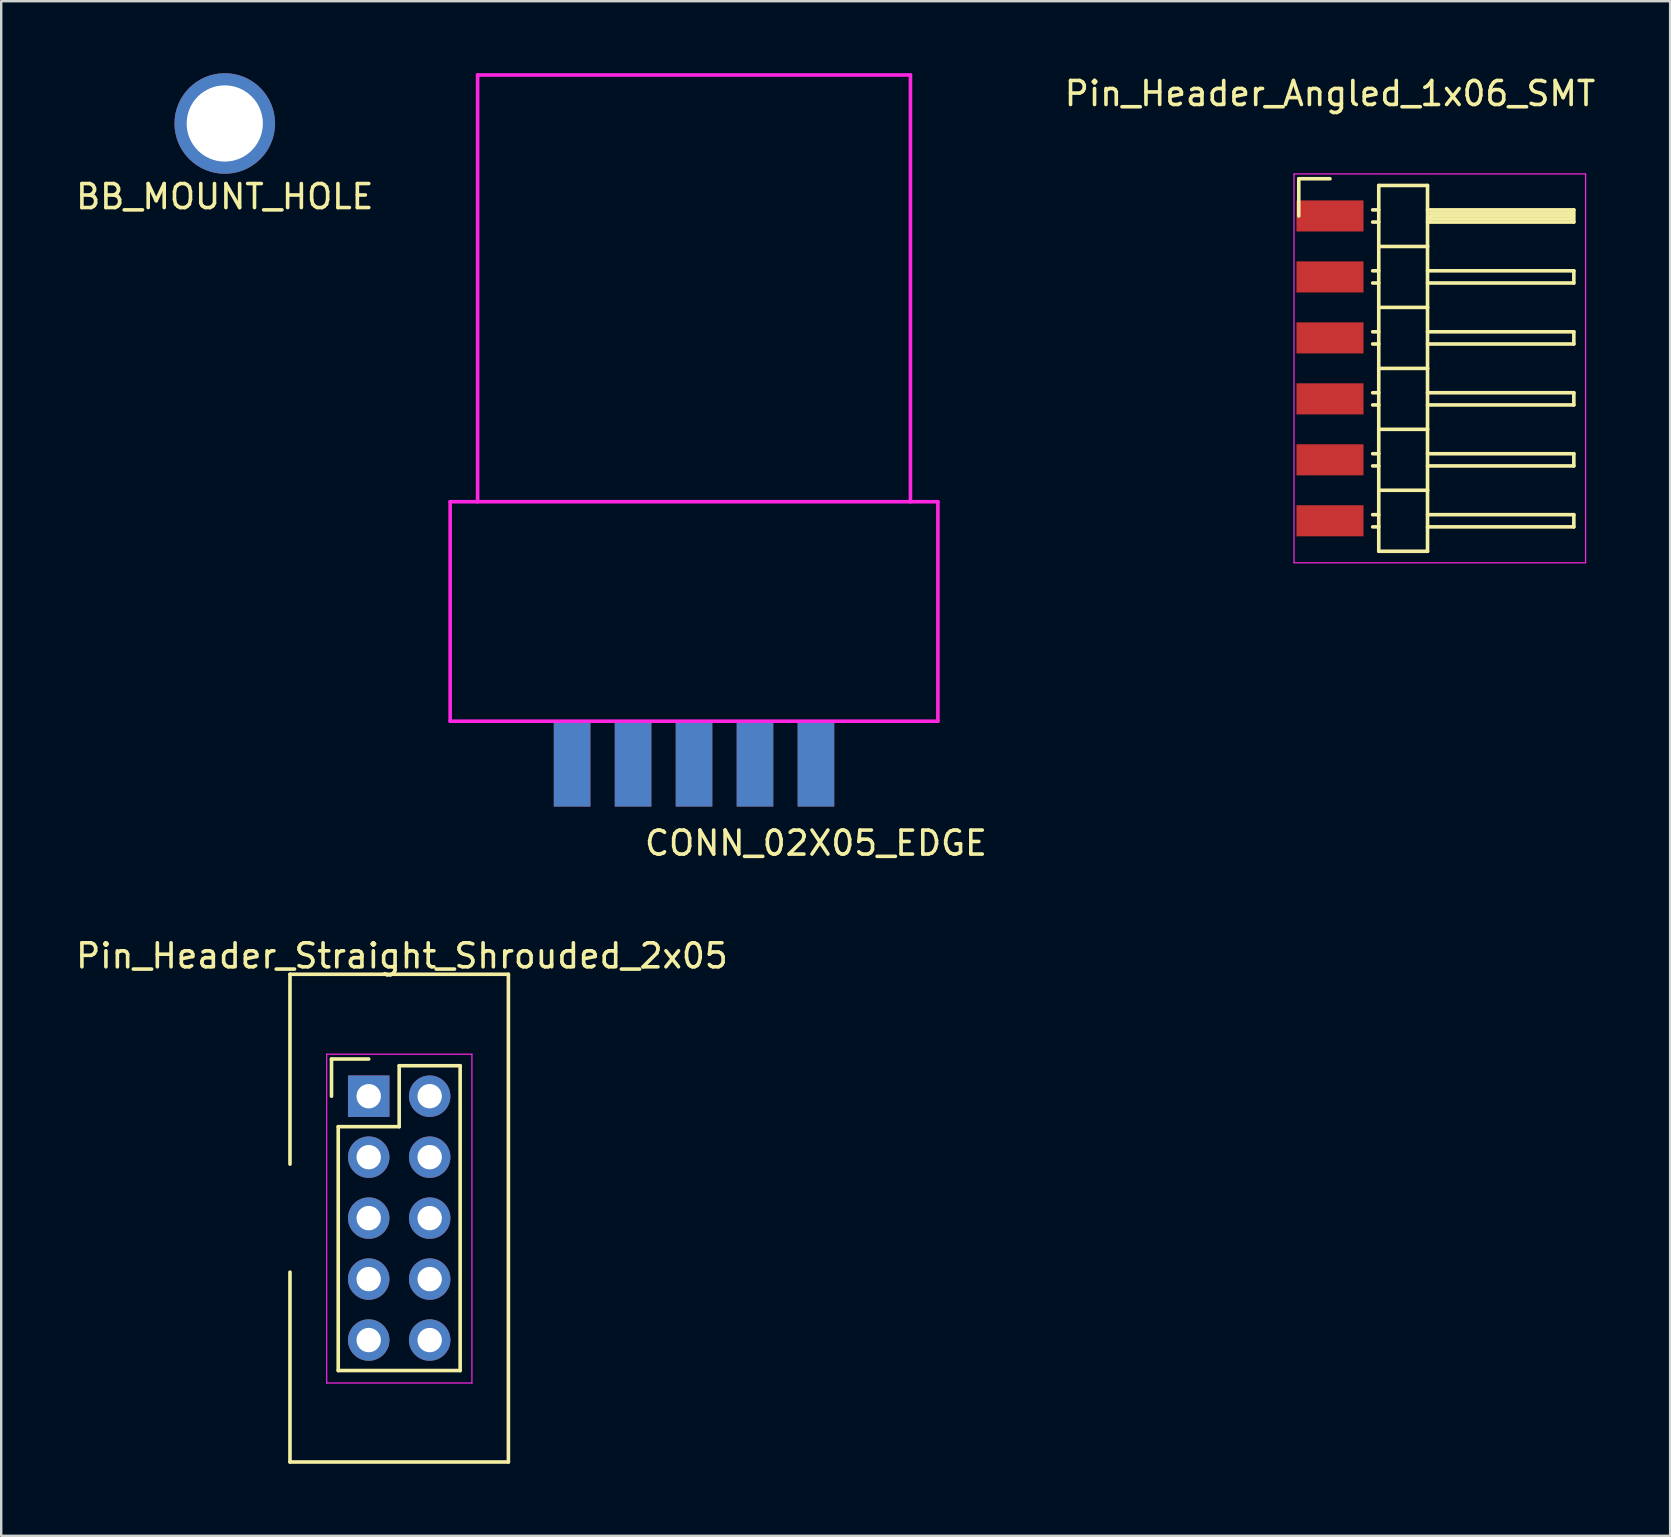
<source format=kicad_pcb>
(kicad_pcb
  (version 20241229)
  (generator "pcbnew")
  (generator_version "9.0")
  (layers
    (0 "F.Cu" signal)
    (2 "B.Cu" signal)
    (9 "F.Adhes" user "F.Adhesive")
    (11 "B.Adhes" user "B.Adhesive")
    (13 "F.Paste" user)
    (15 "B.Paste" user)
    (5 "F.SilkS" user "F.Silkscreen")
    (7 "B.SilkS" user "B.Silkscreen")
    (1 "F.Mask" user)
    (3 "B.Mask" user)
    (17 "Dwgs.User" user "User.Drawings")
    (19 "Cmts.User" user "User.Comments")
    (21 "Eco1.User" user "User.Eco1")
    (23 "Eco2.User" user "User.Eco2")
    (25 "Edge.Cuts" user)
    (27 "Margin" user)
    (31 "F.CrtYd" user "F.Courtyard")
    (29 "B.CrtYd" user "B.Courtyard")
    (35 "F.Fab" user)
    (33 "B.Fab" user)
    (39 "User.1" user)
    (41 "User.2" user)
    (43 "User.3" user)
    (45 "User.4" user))
  (footprint "Pin_Header_Straight_Shrouded_2x05"
    (layer "F.Cu")
    (at 12.312 42.623)
    (property "Reference" "Pin_Header_Straight_Shrouded_2x05" (at 1.384 -5.847 0) (layer "F.SilkS") (effects (font (size 1 1) (thickness 0.15))))
    (attr through_hole)
    (fp_line (start -3.28 -5.08) (end -3.28 2.83) (stroke (width 0.15) (type solid)) (layer "F.SilkS"))
    (fp_line (start -3.28 -5.08) (end 5.82 -5.08) (stroke (width 0.15) (type solid)) (layer "F.SilkS"))
    (fp_line (start -3.28 15.24) (end -3.28 7.33) (stroke (width 0.15) (type solid)) (layer "F.SilkS"))
    (fp_line (start -1.55 -1.55) (end -1.55 0) (stroke (width 0.15) (type solid)) (layer "F.SilkS"))
    (fp_line (start -1.27 11.43) (end -1.27 1.27) (stroke (width 0.15) (type solid)) (layer "F.SilkS"))
    (fp_line (start 0 -1.55) (end -1.55 -1.55) (stroke (width 0.15) (type solid)) (layer "F.SilkS"))
    (fp_line (start 1.27 -1.27) (end 1.27 1.27) (stroke (width 0.15) (type solid)) (layer "F.SilkS"))
    (fp_line (start 1.27 1.27) (end -1.27 1.27) (stroke (width 0.15) (type solid)) (layer "F.SilkS"))
    (fp_line (start 3.81 -1.27) (end 1.27 -1.27) (stroke (width 0.15) (type solid)) (layer "F.SilkS"))
    (fp_line (start 3.81 -1.27) (end 3.81 11.43) (stroke (width 0.15) (type solid)) (layer "F.SilkS"))
    (fp_line (start 3.81 11.43) (end -1.27 11.43) (stroke (width 0.15) (type solid)) (layer "F.SilkS"))
    (fp_line (start 5.82 -5.08) (end 5.82 15.24) (stroke (width 0.15) (type solid)) (layer "F.SilkS"))
    (fp_line (start 5.82 15.24) (end -3.28 15.24) (stroke (width 0.15) (type solid)) (layer "F.SilkS"))
    (fp_line (start -1.75 -1.75) (end -1.75 11.95) (stroke (width 0.05) (type solid)) (layer "F.CrtYd"))
    (fp_line (start -1.75 -1.75) (end 4.3 -1.75) (stroke (width 0.05) (type solid)) (layer "F.CrtYd"))
    (fp_line (start -1.75 11.95) (end 4.3 11.95) (stroke (width 0.05) (type solid)) (layer "F.CrtYd"))
    (fp_line (start 4.3 -1.75) (end 4.3 11.95) (stroke (width 0.05) (type solid)) (layer "F.CrtYd"))
    (pad "1" thru_hole rect (at 0 0) (size 1.727 1.727) (drill 1.016) (layers "*.Cu" "*.Mask"))
    (pad "2" thru_hole oval (at 2.54 0) (size 1.727 1.727) (drill 1.016) (layers "*.Cu" "*.Mask"))
    (pad "3" thru_hole oval (at 0 2.54) (size 1.727 1.727) (drill 1.016) (layers "*.Cu" "*.Mask"))
    (pad "4" thru_hole oval (at 2.54 2.54) (size 1.727 1.727) (drill 1.016) (layers "*.Cu" "*.Mask"))
    (pad "5" thru_hole oval (at 0 5.08) (size 1.727 1.727) (drill 1.016) (layers "*.Cu" "*.Mask"))
    (pad "6" thru_hole oval (at 2.54 5.08) (size 1.727 1.727) (drill 1.016) (layers "*.Cu" "*.Mask"))
    (pad "7" thru_hole oval (at 0 7.62) (size 1.727 1.727) (drill 1.016) (layers "*.Cu" "*.Mask"))
    (pad "8" thru_hole oval (at 2.54 7.62) (size 1.727 1.727) (drill 1.016) (layers "*.Cu" "*.Mask"))
    (pad "9" thru_hole oval (at 0 10.16) (size 1.727 1.727) (drill 1.016) (layers "*.Cu" "*.Mask"))
    (pad "10" thru_hole oval (at 2.54 10.16) (size 1.727 1.727) (drill 1.016) (layers "*.Cu" "*.Mask")))
  (footprint "CONN_02X05_EDGE"
    (layer "F.Cu")
    (at 30.946 26.999)
    (property "Reference" "CONN_02X05_EDGE" (at 0 5.08 0) (layer "F.SilkS") (effects (font (size 1 1) (thickness 0.15))))
    (attr through_hole)
    (fp_line (start -15.24 -9.144) (end -15.24 0) (stroke (width 0.15) (type solid)) (layer "F.CrtYd"))
    (fp_line (start -15.24 0) (end 5.08 0) (stroke (width 0.15) (type solid)) (layer "F.CrtYd"))
    (fp_line (start -14.097 -9.144) (end -14.097 -26.924) (stroke (width 0.15) (type solid)) (layer "F.CrtYd"))
    (fp_line (start 3.937 -26.924) (end -14.097 -26.924) (stroke (width 0.15) (type solid)) (layer "F.CrtYd"))
    (fp_line (start 3.937 -9.144) (end 3.937 -26.924) (stroke (width 0.15) (type solid)) (layer "F.CrtYd"))
    (fp_line (start 5.08 -9.144) (end -15.24 -9.144) (stroke (width 0.15) (type solid)) (layer "F.CrtYd"))
    (fp_line (start 5.08 0) (end 5.08 -9.144) (stroke (width 0.15) (type solid)) (layer "F.CrtYd"))
    (pad "1" smd rect (at 0 0 180) (size 1.524 3.556) (drill (offset 0 -1.778)) (layers "B.Cu" "B.Mask" "B.Paste"))
    (pad "2" smd rect (at 0 0) (size 1.524 3.556) (drill (offset 0 1.778)) (layers "F.Cu" "F.Mask" "F.Paste"))
    (pad "3" smd rect (at -2.54 0 180) (size 1.524 3.556) (drill (offset 0 -1.778)) (layers "B.Cu" "B.Mask" "B.Paste"))
    (pad "4" smd rect (at -2.54 0) (size 1.524 3.556) (drill (offset 0 1.778)) (layers "F.Cu" "F.Mask" "F.Paste"))
    (pad "5" smd rect (at -5.08 0 180) (size 1.524 3.556) (drill (offset 0 -1.778)) (layers "B.Cu" "B.Mask" "B.Paste"))
    (pad "6" smd rect (at -5.08 0) (size 1.524 3.556) (drill (offset 0 1.778)) (layers "F.Cu" "F.Mask" "F.Paste"))
    (pad "7" smd rect (at -7.62 0 180) (size 1.524 3.556) (drill (offset 0 -1.778)) (layers "B.Cu" "B.Mask" "B.Paste"))
    (pad "8" smd rect (at -7.62 0) (size 1.524 3.556) (drill (offset 0 1.778)) (layers "F.Cu" "F.Mask" "F.Paste"))
    (pad "9" smd rect (at -10.16 0 180) (size 1.524 3.556) (drill (offset 0 -1.778)) (layers "B.Cu" "B.Mask" "B.Paste"))
    (pad "10" smd rect (at -10.16 0) (size 1.524 3.556) (drill (offset 0 1.778)) (layers "F.Cu" "F.Mask" "F.Paste")))
  (footprint "BB_MOUNT_HOLE"
    (layer "F.Cu")
    (at 6.315 2.095)
    (property "Reference" "BB_MOUNT_HOLE" (at 0 3.048 0) (layer "F.SilkS") (effects (font (size 1 1) (thickness 0.15))))
    (attr through_hole)
    (pad "1" thru_hole circle (at 0 0) (size 4.191 4.191) (drill 3.175) (layers "*.Cu" "*.Mask")))
  (footprint "Pin_Header_Angled_1x06_SMT"
    (layer "F.Cu")
    (at 52.363 5.948)
    (property "Reference" "Pin_Header_Angled_1x06_SMT" (at 0 -5.1 0) (layer "F.SilkS") (effects (font (size 1 1) (thickness 0.15))))
    (attr through_hole)
    (fp_line (start -1.3 -1.55) (end -1.3 0) (stroke (width 0.15) (type solid)) (layer "F.SilkS"))
    (fp_line (start 0 -1.55) (end -1.3 -1.55) (stroke (width 0.15) (type solid)) (layer "F.SilkS"))
    (fp_line (start 2.032 -1.27) (end 2.032 1.27) (stroke (width 0.15) (type solid)) (layer "F.SilkS"))
    (fp_line (start 2.032 -1.27) (end 4.064 -1.27) (stroke (width 0.15) (type solid)) (layer "F.SilkS"))
    (fp_line (start 2.032 -0.254) (end 1.778 -0.254) (stroke (width 0.15) (type solid)) (layer "F.SilkS"))
    (fp_line (start 2.032 0.254) (end 1.778 0.254) (stroke (width 0.15) (type solid)) (layer "F.SilkS"))
    (fp_line (start 2.032 1.27) (end 2.032 3.81) (stroke (width 0.15) (type solid)) (layer "F.SilkS"))
    (fp_line (start 2.032 1.27) (end 4.064 1.27) (stroke (width 0.15) (type solid)) (layer "F.SilkS"))
    (fp_line (start 2.032 2.286) (end 1.778 2.286) (stroke (width 0.15) (type solid)) (layer "F.SilkS"))
    (fp_line (start 2.032 2.794) (end 1.778 2.794) (stroke (width 0.15) (type solid)) (layer "F.SilkS"))
    (fp_line (start 2.032 3.81) (end 2.032 6.35) (stroke (width 0.15) (type solid)) (layer "F.SilkS"))
    (fp_line (start 2.032 3.81) (end 4.064 3.81) (stroke (width 0.15) (type solid)) (layer "F.SilkS"))
    (fp_line (start 2.032 4.826) (end 1.778 4.826) (stroke (width 0.15) (type solid)) (layer "F.SilkS"))
    (fp_line (start 2.032 5.334) (end 1.778 5.334) (stroke (width 0.15) (type solid)) (layer "F.SilkS"))
    (fp_line (start 2.032 6.35) (end 2.032 8.89) (stroke (width 0.15) (type solid)) (layer "F.SilkS"))
    (fp_line (start 2.032 6.35) (end 4.064 6.35) (stroke (width 0.15) (type solid)) (layer "F.SilkS"))
    (fp_line (start 2.032 7.366) (end 1.778 7.366) (stroke (width 0.15) (type solid)) (layer "F.SilkS"))
    (fp_line (start 2.032 7.874) (end 1.778 7.874) (stroke (width 0.15) (type solid)) (layer "F.SilkS"))
    (fp_line (start 2.032 8.89) (end 2.032 11.43) (stroke (width 0.15) (type solid)) (layer "F.SilkS"))
    (fp_line (start 2.032 8.89) (end 4.064 8.89) (stroke (width 0.15) (type solid)) (layer "F.SilkS"))
    (fp_line (start 2.032 9.906) (end 1.778 9.906) (stroke (width 0.15) (type solid)) (layer "F.SilkS"))
    (fp_line (start 2.032 10.414) (end 1.778 10.414) (stroke (width 0.15) (type solid)) (layer "F.SilkS"))
    (fp_line (start 2.032 11.43) (end 2.032 13.97) (stroke (width 0.15) (type solid)) (layer "F.SilkS"))
    (fp_line (start 2.032 11.43) (end 4.064 11.43) (stroke (width 0.15) (type solid)) (layer "F.SilkS"))
    (fp_line (start 2.032 12.446) (end 1.778 12.446) (stroke (width 0.15) (type solid)) (layer "F.SilkS"))
    (fp_line (start 2.032 12.954) (end 1.778 12.954) (stroke (width 0.15) (type solid)) (layer "F.SilkS"))
    (fp_line (start 2.032 13.97) (end 4.064 13.97) (stroke (width 0.15) (type solid)) (layer "F.SilkS"))
    (fp_line (start 4.064 -0.254) (end 10.16 -0.254) (stroke (width 0.15) (type solid)) (layer "F.SilkS"))
    (fp_line (start 4.064 1.27) (end 4.064 -1.27) (stroke (width 0.15) (type solid)) (layer "F.SilkS"))
    (fp_line (start 4.064 2.286) (end 10.16 2.286) (stroke (width 0.15) (type solid)) (layer "F.SilkS"))
    (fp_line (start 4.064 3.81) (end 4.064 1.27) (stroke (width 0.15) (type solid)) (layer "F.SilkS"))
    (fp_line (start 4.064 4.826) (end 10.16 4.826) (stroke (width 0.15) (type solid)) (layer "F.SilkS"))
    (fp_line (start 4.064 6.35) (end 4.064 3.81) (stroke (width 0.15) (type solid)) (layer "F.SilkS"))
    (fp_line (start 4.064 7.366) (end 10.16 7.366) (stroke (width 0.15) (type solid)) (layer "F.SilkS"))
    (fp_line (start 4.064 8.89) (end 4.064 6.35) (stroke (width 0.15) (type solid)) (layer "F.SilkS"))
    (fp_line (start 4.064 9.906) (end 10.16 9.906) (stroke (width 0.15) (type solid)) (layer "F.SilkS"))
    (fp_line (start 4.064 11.43) (end 4.064 8.89) (stroke (width 0.15) (type solid)) (layer "F.SilkS"))
    (fp_line (start 4.064 12.446) (end 10.16 12.446) (stroke (width 0.15) (type solid)) (layer "F.SilkS"))
    (fp_line (start 4.064 13.97) (end 4.064 11.43) (stroke (width 0.15) (type solid)) (layer "F.SilkS"))
    (fp_line (start 4.191 -0.127) (end 10.033 -0.127) (stroke (width 0.15) (type solid)) (layer "F.SilkS"))
    (fp_line (start 4.191 0) (end 10.033 0) (stroke (width 0.15) (type solid)) (layer "F.SilkS"))
    (fp_line (start 4.191 0.127) (end 4.191 0) (stroke (width 0.15) (type solid)) (layer "F.SilkS"))
    (fp_line (start 10.033 -0.127) (end 10.033 0.127) (stroke (width 0.15) (type solid)) (layer "F.SilkS"))
    (fp_line (start 10.033 0.127) (end 4.191 0.127) (stroke (width 0.15) (type solid)) (layer "F.SilkS"))
    (fp_line (start 10.16 -0.254) (end 10.16 0.254) (stroke (width 0.15) (type solid)) (layer "F.SilkS"))
    (fp_line (start 10.16 0.254) (end 4.064 0.254) (stroke (width 0.15) (type solid)) (layer "F.SilkS"))
    (fp_line (start 10.16 2.286) (end 10.16 2.794) (stroke (width 0.15) (type solid)) (layer "F.SilkS"))
    (fp_line (start 10.16 2.794) (end 4.064 2.794) (stroke (width 0.15) (type solid)) (layer "F.SilkS"))
    (fp_line (start 10.16 4.826) (end 10.16 5.334) (stroke (width 0.15) (type solid)) (layer "F.SilkS"))
    (fp_line (start 10.16 5.334) (end 4.064 5.334) (stroke (width 0.15) (type solid)) (layer "F.SilkS"))
    (fp_line (start 10.16 7.366) (end 10.16 7.874) (stroke (width 0.15) (type solid)) (layer "F.SilkS"))
    (fp_line (start 10.16 7.874) (end 4.064 7.874) (stroke (width 0.15) (type solid)) (layer "F.SilkS"))
    (fp_line (start 10.16 9.906) (end 10.16 10.414) (stroke (width 0.15) (type solid)) (layer "F.SilkS"))
    (fp_line (start 10.16 10.414) (end 4.064 10.414) (stroke (width 0.15) (type solid)) (layer "F.SilkS"))
    (fp_line (start 10.16 12.446) (end 10.16 12.954) (stroke (width 0.15) (type solid)) (layer "F.SilkS"))
    (fp_line (start 10.16 12.954) (end 4.064 12.954) (stroke (width 0.15) (type solid)) (layer "F.SilkS"))
    (fp_line (start -1.5 -1.75) (end -1.5 14.45) (stroke (width 0.05) (type solid)) (layer "F.CrtYd"))
    (fp_line (start -1.5 -1.75) (end 10.65 -1.75) (stroke (width 0.05) (type solid)) (layer "F.CrtYd"))
    (fp_line (start -1.5 14.45) (end 10.65 14.45) (stroke (width 0.05) (type solid)) (layer "F.CrtYd"))
    (fp_line (start 10.65 -1.75) (end 10.65 14.45) (stroke (width 0.05) (type solid)) (layer "F.CrtYd"))
    (pad "1" smd rect (at 0 0) (size 2.794 1.295) (layers "F.Cu" "F.Mask" "F.Paste"))
    (pad "2" smd rect (at 0 2.54) (size 2.794 1.295) (layers "F.Cu" "F.Mask" "F.Paste"))
    (pad "3" smd rect (at 0 5.08) (size 2.794 1.295) (layers "F.Cu" "F.Mask" "F.Paste"))
    (pad "4" smd rect (at 0 7.62) (size 2.794 1.295) (layers "F.Cu" "F.Mask" "F.Paste"))
    (pad "5" smd rect (at 0 10.16) (size 2.794 1.295) (layers "F.Cu" "F.Mask" "F.Paste"))
    (pad "6" smd rect (at 0 12.7) (size 2.794 1.295) (layers "F.Cu" "F.Mask" "F.Paste")))
  (gr_rect
    (start -3 -3)
    (end 66.535 60.938)
    (stroke (width 0.1) (type default))
    (fill no)
    (layer "Edge.Cuts")))
</source>
